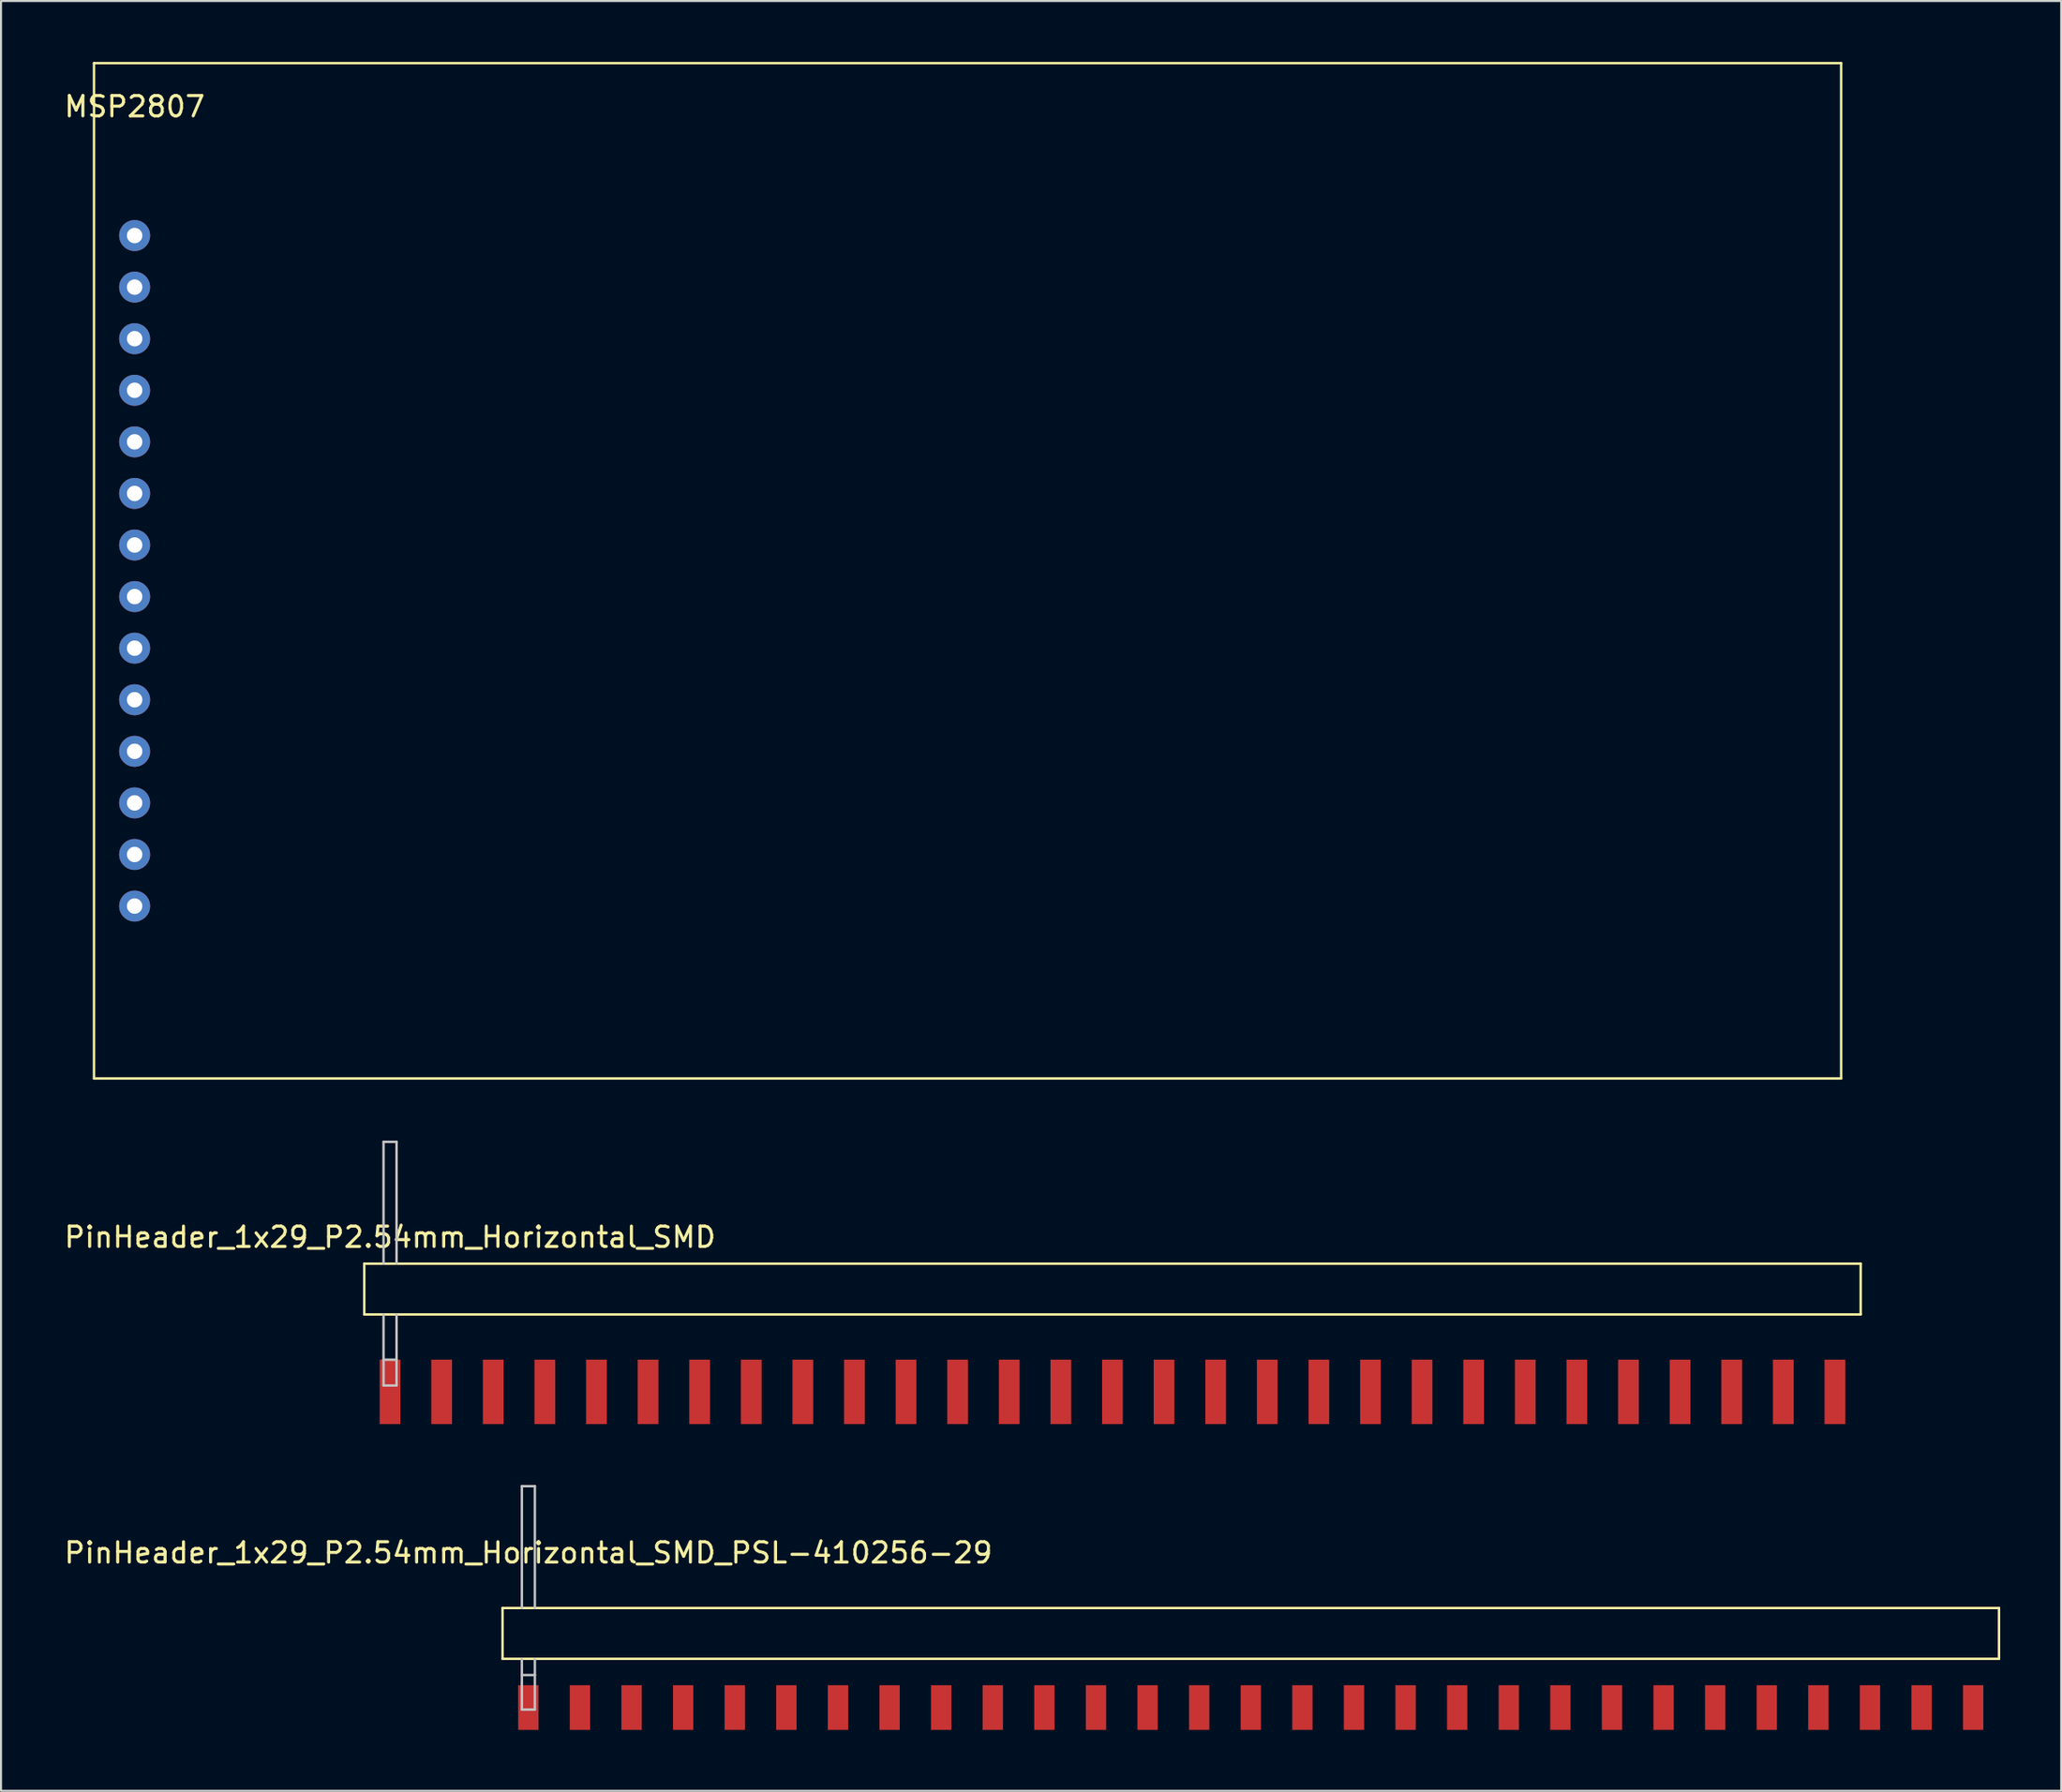
<source format=kicad_pcb>
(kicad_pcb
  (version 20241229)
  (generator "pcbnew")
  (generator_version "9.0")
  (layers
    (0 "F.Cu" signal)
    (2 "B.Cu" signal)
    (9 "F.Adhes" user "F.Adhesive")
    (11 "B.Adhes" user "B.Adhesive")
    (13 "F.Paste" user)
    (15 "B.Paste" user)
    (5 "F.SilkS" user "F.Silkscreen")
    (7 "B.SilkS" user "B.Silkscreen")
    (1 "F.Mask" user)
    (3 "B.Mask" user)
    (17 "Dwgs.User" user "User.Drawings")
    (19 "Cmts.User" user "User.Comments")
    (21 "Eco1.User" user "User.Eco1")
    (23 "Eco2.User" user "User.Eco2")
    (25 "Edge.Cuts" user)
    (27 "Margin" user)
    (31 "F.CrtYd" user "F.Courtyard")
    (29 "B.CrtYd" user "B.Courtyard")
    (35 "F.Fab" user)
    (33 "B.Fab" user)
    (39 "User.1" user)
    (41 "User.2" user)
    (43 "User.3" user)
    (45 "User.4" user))
  (footprint "MSP2807"
    (layer "F.Cu")
    (at 3.577 8.55)
    (property "Reference" "MSP2807" (at 0 -6.35 0) (layer "F.SilkS") (effects (font (size 1 1) (thickness 0.15))))
    (attr through_hole)
    (fp_line (start -2 -8.49) (end -2 41.51) (stroke (width 0.12) (type solid)) (layer "F.SilkS"))
    (fp_line (start -2 41.51) (end 84 41.51) (stroke (width 0.12) (type solid)) (layer "F.SilkS"))
    (fp_line (start 84 -8.49) (end -2 -8.49) (stroke (width 0.12) (type solid)) (layer "F.SilkS"))
    (fp_line (start 84 41.51) (end 84 -8.49) (stroke (width 0.12) (type solid)) (layer "F.SilkS"))
    (pad "1" thru_hole circle (at 0 0) (size 1.524 1.524) (drill 0.762) (layers "*.Cu" "*.Mask"))
    (pad "2" thru_hole circle (at 0 2.54) (size 1.524 1.524) (drill 0.762) (layers "*.Cu" "*.Mask"))
    (pad "3" thru_hole circle (at 0 5.08) (size 1.524 1.524) (drill 0.762) (layers "*.Cu" "*.Mask"))
    (pad "4" thru_hole circle (at 0 7.62) (size 1.524 1.524) (drill 0.762) (layers "*.Cu" "*.Mask"))
    (pad "5" thru_hole circle (at 0 10.16) (size 1.524 1.524) (drill 0.762) (layers "*.Cu" "*.Mask"))
    (pad "6" thru_hole circle (at 0 12.7) (size 1.524 1.524) (drill 0.762) (layers "*.Cu" "*.Mask"))
    (pad "7" thru_hole circle (at 0 15.24) (size 1.524 1.524) (drill 0.762) (layers "*.Cu" "*.Mask"))
    (pad "8" thru_hole circle (at 0 17.78) (size 1.524 1.524) (drill 0.762) (layers "*.Cu" "*.Mask"))
    (pad "9" thru_hole circle (at 0 20.32) (size 1.524 1.524) (drill 0.762) (layers "*.Cu" "*.Mask"))
    (pad "10" thru_hole circle (at 0 22.86) (size 1.524 1.524) (drill 0.762) (layers "*.Cu" "*.Mask"))
    (pad "11" thru_hole circle (at 0 25.4) (size 1.524 1.524) (drill 0.762) (layers "*.Cu" "*.Mask"))
    (pad "12" thru_hole circle (at 0 27.94) (size 1.524 1.524) (drill 0.762) (layers "*.Cu" "*.Mask"))
    (pad "13" thru_hole circle (at 0 30.48) (size 1.524 1.524) (drill 0.762) (layers "*.Cu" "*.Mask"))
    (pad "14" thru_hole circle (at 0 33.02) (size 1.524 1.524) (drill 0.762) (layers "*.Cu" "*.Mask")))
  (footprint "PinHeader_1x29_P2.54mm_Horizontal_SMD"
    (layer "F.Cu")
    (at 16.149 65.495)
    (property "Reference" "PinHeader_1x29_P2.54mm_Horizontal_SMD" (at 0 -7.62 0) (layer "F.SilkS") (effects (font (size 1 1) (thickness 0.15))))
    (attr through_hole)
    (fp_line (start -1.27 -6.315) (end -1.27 -3.815) (stroke (width 0.12) (type solid)) (layer "F.SilkS"))
    (fp_line (start -1.27 -3.815) (end 72.39 -3.815) (stroke (width 0.12) (type solid)) (layer "F.SilkS"))
    (fp_line (start 72.39 -6.315) (end -1.27 -6.315) (stroke (width 0.12) (type solid)) (layer "F.SilkS"))
    (fp_line (start 72.39 -3.815) (end 72.39 -6.315) (stroke (width 0.12) (type solid)) (layer "F.SilkS"))
    (fp_line (start -0.32 -12.315) (end 0.32 -12.315) (stroke (width 0.12) (type solid)) (layer "Dwgs.User"))
    (fp_line (start -0.32 -6.315) (end -0.32 -12.315) (stroke (width 0.12) (type solid)) (layer "Dwgs.User"))
    (fp_line (start -0.32 -1.585) (end -0.32 -3.815) (stroke (width 0.12) (type solid)) (layer "Dwgs.User"))
    (fp_line (start -0.32 -1.585) (end -0.32 -0.315) (stroke (width 0.12) (type solid)) (layer "Dwgs.User"))
    (fp_line (start -0.32 -0.315) (end 0.32 -0.315) (stroke (width 0.12) (type solid)) (layer "Dwgs.User"))
    (fp_line (start 0.32 -12.315) (end 0.32 -6.315) (stroke (width 0.12) (type solid)) (layer "Dwgs.User"))
    (fp_line (start 0.32 -1.585) (end -0.32 -1.585) (stroke (width 0.12) (type solid)) (layer "Dwgs.User"))
    (fp_line (start 0.32 -1.585) (end 0.32 -3.815) (stroke (width 0.12) (type solid)) (layer "Dwgs.User"))
    (fp_line (start 0.32 -0.315) (end 0.32 -1.585) (stroke (width 0.12) (type solid)) (layer "Dwgs.User"))
    (pad "1" smd rect (at 0 0) (size 1.02 3.17) (layers "F.Cu" "F.Mask" "F.Paste"))
    (pad "2" smd rect (at 2.54 0) (size 1.02 3.17) (layers "F.Cu" "F.Mask" "F.Paste"))
    (pad "3" smd rect (at 5.08 0) (size 1.02 3.17) (layers "F.Cu" "F.Mask" "F.Paste"))
    (pad "4" smd rect (at 7.62 0) (size 1.02 3.17) (layers "F.Cu" "F.Mask" "F.Paste"))
    (pad "5" smd rect (at 10.16 0) (size 1.02 3.17) (layers "F.Cu" "F.Mask" "F.Paste"))
    (pad "6" smd rect (at 12.7 0) (size 1.02 3.17) (layers "F.Cu" "F.Mask" "F.Paste"))
    (pad "7" smd rect (at 15.24 0) (size 1.02 3.17) (layers "F.Cu" "F.Mask" "F.Paste"))
    (pad "8" smd rect (at 17.78 0) (size 1.02 3.17) (layers "F.Cu" "F.Mask" "F.Paste"))
    (pad "9" smd rect (at 20.32 0) (size 1.02 3.17) (layers "F.Cu" "F.Mask" "F.Paste"))
    (pad "10" smd rect (at 22.86 0) (size 1.02 3.17) (layers "F.Cu" "F.Mask" "F.Paste"))
    (pad "11" smd rect (at 25.4 0) (size 1.02 3.17) (layers "F.Cu" "F.Mask" "F.Paste"))
    (pad "12" smd rect (at 27.94 0) (size 1.02 3.17) (layers "F.Cu" "F.Mask" "F.Paste"))
    (pad "13" smd rect (at 30.48 0) (size 1.02 3.17) (layers "F.Cu" "F.Mask" "F.Paste"))
    (pad "14" smd rect (at 33.02 0) (size 1.02 3.17) (layers "F.Cu" "F.Mask" "F.Paste"))
    (pad "15" smd rect (at 35.56 0) (size 1.02 3.17) (layers "F.Cu" "F.Mask" "F.Paste"))
    (pad "16" smd rect (at 38.1 0) (size 1.02 3.17) (layers "F.Cu" "F.Mask" "F.Paste"))
    (pad "17" smd rect (at 40.64 0) (size 1.02 3.17) (layers "F.Cu" "F.Mask" "F.Paste"))
    (pad "18" smd rect (at 43.18 0) (size 1.02 3.17) (layers "F.Cu" "F.Mask" "F.Paste"))
    (pad "19" smd rect (at 45.72 0) (size 1.02 3.17) (layers "F.Cu" "F.Mask" "F.Paste"))
    (pad "20" smd rect (at 48.26 0) (size 1.02 3.17) (layers "F.Cu" "F.Mask" "F.Paste"))
    (pad "21" smd rect (at 50.8 0) (size 1.02 3.17) (layers "F.Cu" "F.Mask" "F.Paste"))
    (pad "22" smd rect (at 53.34 0) (size 1.02 3.17) (layers "F.Cu" "F.Mask" "F.Paste"))
    (pad "23" smd rect (at 55.88 0) (size 1.02 3.17) (layers "F.Cu" "F.Mask" "F.Paste"))
    (pad "24" smd rect (at 58.42 0) (size 1.02 3.17) (layers "F.Cu" "F.Mask" "F.Paste"))
    (pad "25" smd rect (at 60.96 0) (size 1.02 3.17) (layers "F.Cu" "F.Mask" "F.Paste"))
    (pad "26" smd rect (at 63.5 0) (size 1.02 3.17) (layers "F.Cu" "F.Mask" "F.Paste"))
    (pad "27" smd rect (at 66.04 0) (size 1.02 3.17) (layers "F.Cu" "F.Mask" "F.Paste"))
    (pad "28" smd rect (at 68.58 0) (size 1.02 3.17) (layers "F.Cu" "F.Mask" "F.Paste"))
    (pad "29" smd rect (at 71.12 0) (size 1.02 3.17) (layers "F.Cu" "F.Mask" "F.Paste")))
  (footprint "PinHeader_1x29_P2.54mm_Horizontal_SMD_PSL-410256-29"
    (layer "F.Cu")
    (at 22.958 81.04)
    (property "Reference" "PinHeader_1x29_P2.54mm_Horizontal_SMD_PSL-410256-29" (at 0 -7.62 0) (layer "F.SilkS") (effects (font (size 1 1) (thickness 0.15))))
    (attr through_hole)
    (fp_line (start -1.27 -4.9) (end -1.27 -2.4) (stroke (width 0.12) (type solid)) (layer "F.SilkS"))
    (fp_line (start -1.27 -2.4) (end 72.39 -2.4) (stroke (width 0.12) (type solid)) (layer "F.SilkS"))
    (fp_line (start 72.39 -4.9) (end -1.27 -4.9) (stroke (width 0.12) (type solid)) (layer "F.SilkS"))
    (fp_line (start 72.39 -4.9) (end 72.39 -2.4) (stroke (width 0.12) (type solid)) (layer "F.SilkS"))
    (fp_line (start -0.32 -10.9) (end 0.32 -10.9) (stroke (width 0.12) (type solid)) (layer "Dwgs.User"))
    (fp_line (start -0.32 -4.9) (end -0.32 -10.9) (stroke (width 0.12) (type solid)) (layer "Dwgs.User"))
    (fp_line (start -0.32 -1.6) (end -0.32 -2.4) (stroke (width 0.12) (type solid)) (layer "Dwgs.User"))
    (fp_line (start -0.32 -1.6) (end -0.32 0.1) (stroke (width 0.12) (type solid)) (layer "Dwgs.User"))
    (fp_line (start -0.32 0.1) (end 0.32 0.1) (stroke (width 0.12) (type solid)) (layer "Dwgs.User"))
    (fp_line (start 0.32 -10.9) (end 0.32 -4.9) (stroke (width 0.12) (type solid)) (layer "Dwgs.User"))
    (fp_line (start 0.32 -1.6) (end -0.32 -1.6) (stroke (width 0.12) (type solid)) (layer "Dwgs.User"))
    (fp_line (start 0.32 -1.6) (end 0.32 -2.4) (stroke (width 0.12) (type solid)) (layer "Dwgs.User"))
    (fp_line (start 0.32 0.1) (end 0.32 -1.6) (stroke (width 0.12) (type solid)) (layer "Dwgs.User"))
    (pad "1" smd rect (at 0 0) (size 1 2.2) (layers "F.Cu" "F.Mask" "F.Paste"))
    (pad "2" smd rect (at 2.54 0) (size 1 2.2) (layers "F.Cu" "F.Mask" "F.Paste"))
    (pad "3" smd rect (at 5.08 0) (size 1 2.2) (layers "F.Cu" "F.Mask" "F.Paste"))
    (pad "4" smd rect (at 7.62 0) (size 1 2.2) (layers "F.Cu" "F.Mask" "F.Paste"))
    (pad "5" smd rect (at 10.16 0) (size 1 2.2) (layers "F.Cu" "F.Mask" "F.Paste"))
    (pad "6" smd rect (at 12.7 0) (size 1 2.2) (layers "F.Cu" "F.Mask" "F.Paste"))
    (pad "7" smd rect (at 15.24 0) (size 1 2.2) (layers "F.Cu" "F.Mask" "F.Paste"))
    (pad "8" smd rect (at 17.78 0) (size 1 2.2) (layers "F.Cu" "F.Mask" "F.Paste"))
    (pad "9" smd rect (at 20.32 0) (size 1 2.2) (layers "F.Cu" "F.Mask" "F.Paste"))
    (pad "10" smd rect (at 22.86 0) (size 1 2.2) (layers "F.Cu" "F.Mask" "F.Paste"))
    (pad "11" smd rect (at 25.4 0) (size 1 2.2) (layers "F.Cu" "F.Mask" "F.Paste"))
    (pad "12" smd rect (at 27.94 0) (size 1 2.2) (layers "F.Cu" "F.Mask" "F.Paste"))
    (pad "13" smd rect (at 30.48 0) (size 1 2.2) (layers "F.Cu" "F.Mask" "F.Paste"))
    (pad "14" smd rect (at 33.02 0) (size 1 2.2) (layers "F.Cu" "F.Mask" "F.Paste"))
    (pad "15" smd rect (at 35.56 0) (size 1 2.2) (layers "F.Cu" "F.Mask" "F.Paste"))
    (pad "16" smd rect (at 38.1 0) (size 1 2.2) (layers "F.Cu" "F.Mask" "F.Paste"))
    (pad "17" smd rect (at 40.64 0) (size 1 2.2) (layers "F.Cu" "F.Mask" "F.Paste"))
    (pad "18" smd rect (at 43.18 0) (size 1 2.2) (layers "F.Cu" "F.Mask" "F.Paste"))
    (pad "19" smd rect (at 45.72 0) (size 1 2.2) (layers "F.Cu" "F.Mask" "F.Paste"))
    (pad "20" smd rect (at 48.26 0) (size 1 2.2) (layers "F.Cu" "F.Mask" "F.Paste"))
    (pad "21" smd rect (at 50.8 0) (size 1 2.2) (layers "F.Cu" "F.Mask" "F.Paste"))
    (pad "22" smd rect (at 53.34 0) (size 1 2.2) (layers "F.Cu" "F.Mask" "F.Paste"))
    (pad "23" smd rect (at 55.88 0) (size 1 2.2) (layers "F.Cu" "F.Mask" "F.Paste"))
    (pad "24" smd rect (at 58.42 0) (size 1 2.2) (layers "F.Cu" "F.Mask" "F.Paste"))
    (pad "25" smd rect (at 60.96 0) (size 1 2.2) (layers "F.Cu" "F.Mask" "F.Paste"))
    (pad "26" smd rect (at 63.5 0) (size 1 2.2) (layers "F.Cu" "F.Mask" "F.Paste"))
    (pad "27" smd rect (at 66.04 0) (size 1 2.2) (layers "F.Cu" "F.Mask" "F.Paste"))
    (pad "28" smd rect (at 68.58 0) (size 1 2.2) (layers "F.Cu" "F.Mask" "F.Paste"))
    (pad "29" smd rect (at 71.12 0) (size 1 2.2) (layers "F.Cu" "F.Mask" "F.Paste")))
  (gr_rect
    (start -3 -3)
    (end 98.408 85.14)
    (stroke (width 0.1) (type default))
    (fill no)
    (layer "Edge.Cuts")))
</source>
